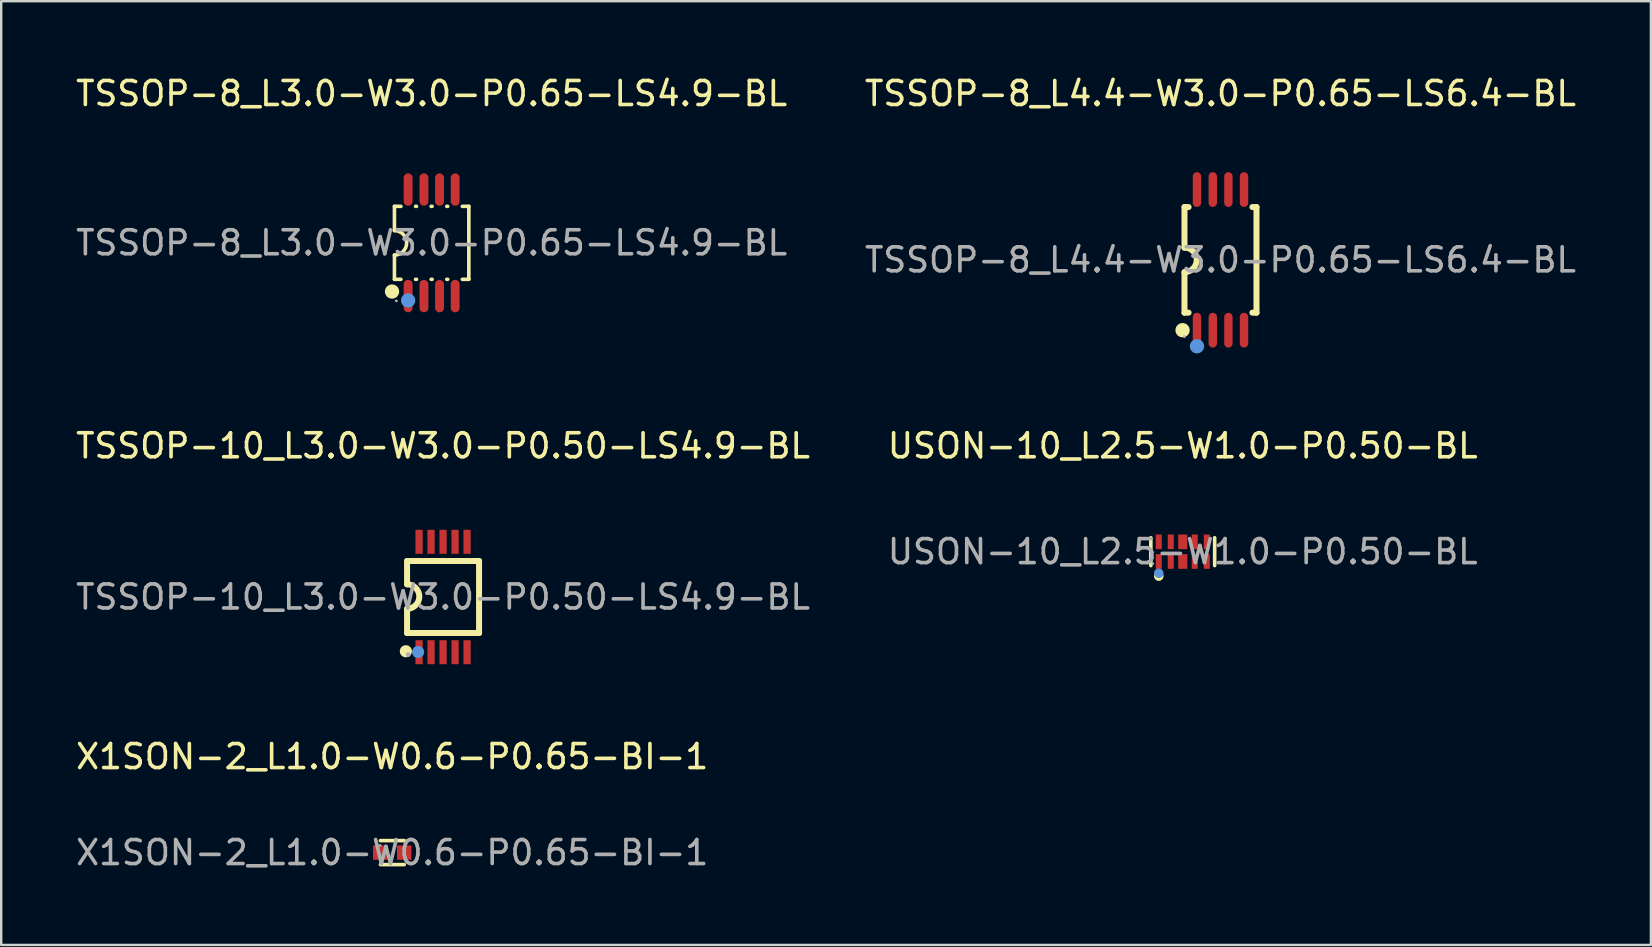
<source format=kicad_pcb>
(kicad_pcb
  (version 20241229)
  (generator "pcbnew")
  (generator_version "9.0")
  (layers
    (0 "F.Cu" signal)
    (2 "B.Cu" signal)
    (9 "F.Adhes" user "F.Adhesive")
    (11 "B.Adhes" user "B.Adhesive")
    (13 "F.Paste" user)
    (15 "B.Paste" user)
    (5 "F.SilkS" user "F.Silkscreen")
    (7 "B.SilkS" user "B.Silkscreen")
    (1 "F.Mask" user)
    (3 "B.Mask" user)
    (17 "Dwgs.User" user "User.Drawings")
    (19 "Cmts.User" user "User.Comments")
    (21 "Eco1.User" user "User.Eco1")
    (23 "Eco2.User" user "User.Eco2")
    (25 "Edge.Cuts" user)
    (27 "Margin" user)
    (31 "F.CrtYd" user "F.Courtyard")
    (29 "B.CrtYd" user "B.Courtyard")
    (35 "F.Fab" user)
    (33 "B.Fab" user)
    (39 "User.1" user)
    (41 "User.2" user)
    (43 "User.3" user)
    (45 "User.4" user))
  (footprint "TSSOP-8_L3.0-W3.0-P0.65-LS4.9-BL"
    (layer "F.Cu")
    (at 14.935 7.068)
    (property "Reference" "TSSOP-8_L3.0-W3.0-P0.65-LS4.9-BL" (at 0 -6.22 0) (layer "F.SilkS") (effects (font (size 1 1) (thickness 0.15))))
    (attr through_hole)
    (fp_line (start -1.55 -1.52) (end -1.28 -1.52) (stroke (width 0.15) (type solid)) (layer "F.SilkS"))
    (fp_line (start -1.55 -0.51) (end -1.55 -1.52) (stroke (width 0.15) (type solid)) (layer "F.SilkS"))
    (fp_line (start -1.55 1.52) (end -1.55 0.51) (stroke (width 0.15) (type solid)) (layer "F.SilkS"))
    (fp_line (start -1.55 1.52) (end -1.28 1.52) (stroke (width 0.15) (type solid)) (layer "F.SilkS"))
    (fp_line (start -0.67 -1.52) (end -0.63 -1.52) (stroke (width 0.15) (type solid)) (layer "F.SilkS"))
    (fp_line (start -0.67 1.52) (end -0.63 1.52) (stroke (width 0.15) (type solid)) (layer "F.SilkS"))
    (fp_line (start -0.02 -1.52) (end 0.02 -1.52) (stroke (width 0.15) (type solid)) (layer "F.SilkS"))
    (fp_line (start -0.02 1.52) (end 0.02 1.52) (stroke (width 0.15) (type solid)) (layer "F.SilkS"))
    (fp_line (start 0.63 -1.52) (end 0.67 -1.52) (stroke (width 0.15) (type solid)) (layer "F.SilkS"))
    (fp_line (start 0.63 1.52) (end 0.67 1.52) (stroke (width 0.15) (type solid)) (layer "F.SilkS"))
    (fp_line (start 1.28 -1.52) (end 1.55 -1.52) (stroke (width 0.15) (type solid)) (layer "F.SilkS"))
    (fp_line (start 1.28 1.52) (end 1.55 1.52) (stroke (width 0.15) (type solid)) (layer "F.SilkS"))
    (fp_line (start 1.55 -1.52) (end 1.55 1.52) (stroke (width 0.15) (type solid)) (layer "F.SilkS"))
    (fp_arc (start -1.55 -0.51) (mid -1.04 0) (end -1.55 0.51) (stroke (width 0.15) (type solid)) (layer "F.SilkS"))
    (fp_circle (center -1.65 2.03) (end -1.5 2.03) (stroke (width 0.3) (type solid)) (fill no) (layer "F.SilkS"))
    (fp_circle (center -0.98 2.4) (end -0.83 2.4) (stroke (width 0.3) (type solid)) (fill no) (layer "Cmts.User"))
    (fp_circle (center -1.47 2.42) (end -1.44 2.42) (stroke (width 0.06) (type solid)) (fill no) (layer "F.Fab"))
    (fp_text user "${REFERENCE}" (at 0 0 0) (layer "F.Fab") (effects (font (size 1 1) (thickness 0.15))))
    (pad "1" smd oval (at -0.98 2.22) (size 0.37 1.35) (layers "F.Cu" "F.Mask" "F.Paste"))
    (pad "2" smd oval (at -0.32 2.22) (size 0.37 1.35) (layers "F.Cu" "F.Mask" "F.Paste"))
    (pad "3" smd oval (at 0.33 2.22) (size 0.37 1.35) (layers "F.Cu" "F.Mask" "F.Paste"))
    (pad "4" smd oval (at 0.98 2.22) (size 0.37 1.35) (layers "F.Cu" "F.Mask" "F.Paste"))
    (pad "5" smd oval (at 0.98 -2.22) (size 0.37 1.35) (layers "F.Cu" "F.Mask" "F.Paste"))
    (pad "6" smd oval (at 0.33 -2.22) (size 0.37 1.35) (layers "F.Cu" "F.Mask" "F.Paste"))
    (pad "7" smd oval (at -0.32 -2.22) (size 0.37 1.35) (layers "F.Cu" "F.Mask" "F.Paste"))
    (pad "8" smd oval (at -0.98 -2.22) (size 0.37 1.35) (layers "F.Cu" "F.Mask" "F.Paste")))
  (footprint "TSSOP-10_L3.0-W3.0-P0.50-LS4.9-BL"
    (layer "F.Cu")
    (at 15.411 21.826)
    (property "Reference" "TSSOP-10_L3.0-W3.0-P0.50-LS4.9-BL" (at 0 -6.3 0) (layer "F.SilkS") (effects (font (size 1 1) (thickness 0.15))))
    (attr through_hole)
    (fp_line (start -1.5 -1.5) (end -1.5 -0.53) (stroke (width 0.25) (type solid)) (layer "F.SilkS"))
    (fp_line (start -1.5 -1.5) (end 1.5 -1.5) (stroke (width 0.25) (type solid)) (layer "F.SilkS"))
    (fp_line (start -1.5 1.5) (end -1.5 0.49) (stroke (width 0.25) (type solid)) (layer "F.SilkS"))
    (fp_line (start -1.5 1.5) (end 1.5 1.5) (stroke (width 0.25) (type solid)) (layer "F.SilkS"))
    (fp_line (start 1.5 1.5) (end 1.5 -1.5) (stroke (width 0.25) (type solid)) (layer "F.SilkS"))
    (fp_arc (start -1.5 -0.53) (mid -0.99 -0.02) (end -1.5 0.49) (stroke (width 0.25) (type solid)) (layer "F.SilkS"))
    (fp_circle (center -1.55 2.26) (end -1.42 2.26) (stroke (width 0.25) (type solid)) (fill no) (layer "F.SilkS"))
    (fp_circle (center -1.04 2.29) (end -0.91 2.29) (stroke (width 0.25) (type solid)) (fill no) (layer "Cmts.User"))
    (fp_circle (center -1.45 2.4) (end -1.4 2.4) (stroke (width 0.1) (type solid)) (fill no) (layer "F.Fab"))
    (fp_text user "${REFERENCE}" (at 0 0 0) (layer "F.Fab") (effects (font (size 1 1) (thickness 0.15))))
    (pad "1" smd rect (at -1 2.3 90) (size 1 0.3) (layers "F.Cu" "F.Mask" "F.Paste"))
    (pad "2" smd rect (at -0.5 2.3 90) (size 1 0.3) (layers "F.Cu" "F.Mask" "F.Paste"))
    (pad "3" smd rect (at 0 2.3 90) (size 1 0.3) (layers "F.Cu" "F.Mask" "F.Paste"))
    (pad "4" smd rect (at 0.5 2.3 90) (size 1 0.3) (layers "F.Cu" "F.Mask" "F.Paste"))
    (pad "5" smd rect (at 1 2.3 90) (size 1 0.3) (layers "F.Cu" "F.Mask" "F.Paste"))
    (pad "6" smd rect (at 1 -2.3 270) (size 1 0.3) (layers "F.Cu" "F.Mask" "F.Paste"))
    (pad "7" smd rect (at 0.5 -2.3 90) (size 1 0.3) (layers "F.Cu" "F.Mask" "F.Paste"))
    (pad "8" smd rect (at 0 -2.3 90) (size 1 0.3) (layers "F.Cu" "F.Mask" "F.Paste"))
    (pad "9" smd rect (at -0.5 -2.3 90) (size 1 0.3) (layers "F.Cu" "F.Mask" "F.Paste"))
    (pad "10" smd rect (at -1 -2.3 90) (size 1 0.3) (layers "F.Cu" "F.Mask" "F.Paste")))
  (footprint "USON-10_L2.5-W1.0-P0.50-BL"
    (layer "F.Cu")
    (at 46.232 19.936)
    (property "Reference" "USON-10_L2.5-W1.0-P0.50-BL" (at 0 -4.41 0) (layer "F.SilkS") (effects (font (size 1 1) (thickness 0.15))))
    (attr through_hole)
    (fp_line (start -1.33 0.58) (end -1.33 -0.58) (stroke (width 0.15) (type solid)) (layer "F.SilkS"))
    (fp_line (start 1.33 -0.58) (end 1.33 0.58) (stroke (width 0.15) (type solid)) (layer "F.SilkS"))
    (fp_circle (center -1 1.02) (end -0.9 1.02) (stroke (width 0.2) (type solid)) (fill no) (layer "F.SilkS"))
    (fp_circle (center -1 0.9) (end -0.9 0.9) (stroke (width 0.2) (type solid)) (fill no) (layer "Cmts.User"))
    (fp_circle (center -1.25 0.5) (end -1.22 0.5) (stroke (width 0.06) (type solid)) (fill no) (layer "F.Fab"))
    (fp_text user "${REFERENCE}" (at 0 0 0) (layer "F.Fab") (effects (font (size 1 1) (thickness 0.15))))
    (pad "1" smd rect (at -1 0.41) (size 0.25 0.61) (layers "F.Cu" "F.Mask" "F.Paste"))
    (pad "2" smd rect (at -0.5 0.41) (size 0.25 0.61) (layers "F.Cu" "F.Mask" "F.Paste"))
    (pad "3" smd rect (at 0 0.41) (size 0.38 0.61) (layers "F.Cu" "F.Mask" "F.Paste"))
    (pad "4" smd rect (at 0.5 0.41) (size 0.25 0.61) (layers "F.Cu" "F.Mask" "F.Paste"))
    (pad "5" smd rect (at 1 0.41) (size 0.25 0.61) (layers "F.Cu" "F.Mask" "F.Paste"))
    (pad "6" smd rect (at 1 -0.41) (size 0.25 0.61) (layers "F.Cu" "F.Mask" "F.Paste"))
    (pad "7" smd rect (at 0.5 -0.41) (size 0.25 0.61) (layers "F.Cu" "F.Mask" "F.Paste"))
    (pad "8" smd rect (at 0 -0.41) (size 0.38 0.61) (layers "F.Cu" "F.Mask" "F.Paste"))
    (pad "9" smd rect (at -0.5 -0.41) (size 0.25 0.61) (layers "F.Cu" "F.Mask" "F.Paste"))
    (pad "10" smd rect (at -1 -0.41) (size 0.25 0.61) (layers "F.Cu" "F.Mask" "F.Paste")))
  (footprint "X1SON-2_L1.0-W0.6-P0.65-BI-1"
    (layer "F.Cu")
    (at 13.292 32.475)
    (property "Reference" "X1SON-2_L1.0-W0.6-P0.65-BI-1" (at 0 -4 0) (layer "F.SilkS") (effects (font (size 1 1) (thickness 0.15))))
    (attr through_hole)
    (fp_line (start -0.49 -0.5) (end 0.5 -0.5) (stroke (width 0.15) (type solid)) (layer "F.SilkS"))
    (fp_line (start -0.49 0.5) (end 0.5 0.5) (stroke (width 0.15) (type solid)) (layer "F.SilkS"))
    (fp_circle (center -0.5 -0.3) (end -0.47 -0.3) (stroke (width 0.06) (type solid)) (fill no) (layer "F.Fab"))
    (fp_text user "${REFERENCE}" (at 0 0 0) (layer "F.Fab") (effects (font (size 1 1) (thickness 0.15))))
    (pad "1" smd rect (at -0.5 0) (size 0.6 0.6) (layers "F.Cu" "F.Mask" "F.Paste"))
    (pad "2" smd rect (at 0.5 0) (size 0.6 0.6) (layers "F.Cu" "F.Mask" "F.Paste")))
  (footprint "TSSOP-8_L4.4-W3.0-P0.65-LS6.4-BL"
    (layer "F.Cu")
    (at 47.804 7.778)
    (property "Reference" "TSSOP-8_L4.4-W3.0-P0.65-LS6.4-BL" (at 0 -6.93 0) (layer "F.SilkS") (effects (font (size 1 1) (thickness 0.15))))
    (attr through_hole)
    (fp_line (start -1.5 -2.2) (end -1.5 -0.51) (stroke (width 0.25) (type solid)) (layer "F.SilkS"))
    (fp_line (start -1.5 -2.2) (end -1.33 -2.2) (stroke (width 0.25) (type solid)) (layer "F.SilkS"))
    (fp_line (start -1.5 2.2) (end -1.5 0.51) (stroke (width 0.25) (type solid)) (layer "F.SilkS"))
    (fp_line (start -1.5 2.2) (end -1.33 2.2) (stroke (width 0.25) (type solid)) (layer "F.SilkS"))
    (fp_line (start 1.33 -2.2) (end 1.5 -2.2) (stroke (width 0.25) (type solid)) (layer "F.SilkS"))
    (fp_line (start 1.33 2.2) (end 1.5 2.2) (stroke (width 0.25) (type solid)) (layer "F.SilkS"))
    (fp_line (start 1.5 -2.2) (end 1.5 2.2) (stroke (width 0.25) (type solid)) (layer "F.SilkS"))
    (fp_arc (start -1.5 -0.51) (mid -0.99 0) (end -1.5 0.51) (stroke (width 0.25) (type solid)) (layer "F.SilkS"))
    (fp_circle (center -1.58 2.93) (end -1.43 2.93) (stroke (width 0.3) (type solid)) (fill no) (layer "F.SilkS"))
    (fp_circle (center -0.98 3.6) (end -0.83 3.6) (stroke (width 0.3) (type solid)) (fill no) (layer "Cmts.User"))
    (fp_circle (center -1.5 3.2) (end -1.47 3.2) (stroke (width 0.06) (type solid)) (fill no) (layer "F.Fab"))
    (fp_text user "${REFERENCE}" (at 0 0 0) (layer "F.Fab") (effects (font (size 1 1) (thickness 0.15))))
    (pad "1" smd oval (at -0.98 2.93) (size 0.35 1.45) (layers "F.Cu" "F.Mask" "F.Paste"))
    (pad "2" smd oval (at -0.32 2.93) (size 0.35 1.45) (layers "F.Cu" "F.Mask" "F.Paste"))
    (pad "3" smd oval (at 0.33 2.93) (size 0.35 1.45) (layers "F.Cu" "F.Mask" "F.Paste"))
    (pad "4" smd oval (at 0.98 2.93) (size 0.35 1.45) (layers "F.Cu" "F.Mask" "F.Paste"))
    (pad "5" smd oval (at 0.98 -2.93) (size 0.35 1.45) (layers "F.Cu" "F.Mask" "F.Paste"))
    (pad "6" smd oval (at 0.33 -2.93) (size 0.35 1.45) (layers "F.Cu" "F.Mask" "F.Paste"))
    (pad "7" smd oval (at -0.32 -2.93) (size 0.35 1.45) (layers "F.Cu" "F.Mask" "F.Paste"))
    (pad "8" smd oval (at -0.98 -2.93) (size 0.35 1.45) (layers "F.Cu" "F.Mask" "F.Paste")))
  (gr_rect
    (start -3 -3)
    (end 65.738 36.323)
    (stroke (width 0.1) (type default))
    (fill no)
    (layer "Edge.Cuts")))
</source>
